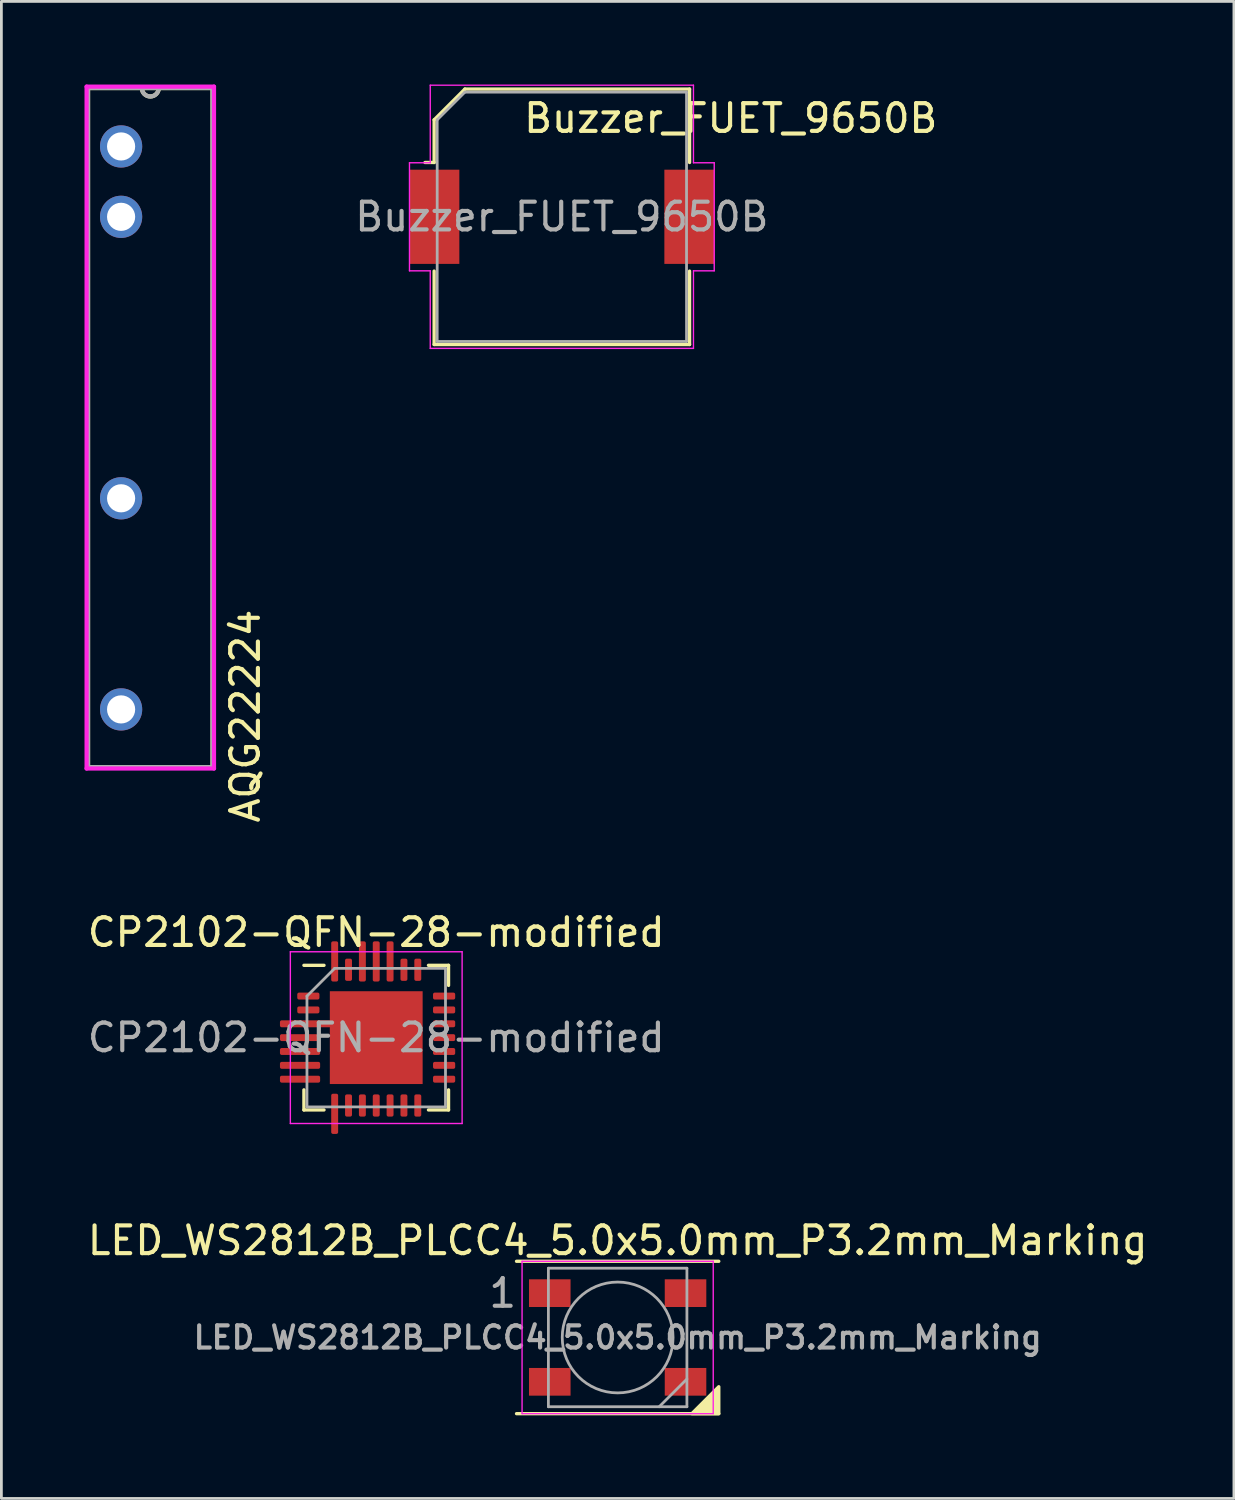
<source format=kicad_pcb>
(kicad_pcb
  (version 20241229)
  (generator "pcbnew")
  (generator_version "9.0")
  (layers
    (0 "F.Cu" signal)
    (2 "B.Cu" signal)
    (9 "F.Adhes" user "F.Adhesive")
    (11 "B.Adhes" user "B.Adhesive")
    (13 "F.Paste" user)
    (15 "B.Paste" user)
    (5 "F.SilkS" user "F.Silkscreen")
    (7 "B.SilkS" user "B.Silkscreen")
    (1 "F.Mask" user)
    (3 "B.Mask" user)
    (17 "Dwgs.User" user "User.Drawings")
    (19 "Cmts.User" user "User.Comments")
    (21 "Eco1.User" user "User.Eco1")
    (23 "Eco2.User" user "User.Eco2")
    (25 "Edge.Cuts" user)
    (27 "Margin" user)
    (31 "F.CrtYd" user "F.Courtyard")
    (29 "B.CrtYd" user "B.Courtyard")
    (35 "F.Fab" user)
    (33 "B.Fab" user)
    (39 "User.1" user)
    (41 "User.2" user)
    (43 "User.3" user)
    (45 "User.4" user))
  (footprint "Buzzer_FUET_9650B"
    (layer "F.Cu")
    (at 17.23 4.775)
    (property "Reference" "Buzzer_FUET_9650B" (at 6.096 -3.556 180) (layer "F.SilkS") (effects (font (size 1 1) (thickness 0.15))))
    (attr smd)
    (fp_line (start -4.61 -1.96) (end -4.94 -1.96) (stroke (width 0.12) (type solid)) (layer "F.SilkS"))
    (fp_line (start -4.61 -1.96) (end -4.61 -3.5) (stroke (width 0.12) (type solid)) (layer "F.SilkS"))
    (fp_line (start -4.61 4.61) (end -4.61 1.96) (stroke (width 0.12) (type solid)) (layer "F.SilkS"))
    (fp_line (start -3.5 -4.61) (end -4.61 -3.5) (stroke (width 0.12) (type solid)) (layer "F.SilkS"))
    (fp_line (start -3.5 -4.61) (end 4.61 -4.61) (stroke (width 0.12) (type solid)) (layer "F.SilkS"))
    (fp_line (start 4.61 -4.61) (end 4.61 -1.96) (stroke (width 0.12) (type solid)) (layer "F.SilkS"))
    (fp_line (start 4.61 1.96) (end 4.61 4.61) (stroke (width 0.12) (type solid)) (layer "F.SilkS"))
    (fp_line (start 4.61 4.61) (end -4.61 4.61) (stroke (width 0.12) (type solid)) (layer "F.SilkS"))
    (fp_line (start -5.5 1.95) (end -5.5 -1.95) (stroke (width 0.05) (type solid)) (layer "F.CrtYd"))
    (fp_line (start -4.75 -4.75) (end 4.75 -4.75) (stroke (width 0.05) (type solid)) (layer "F.CrtYd"))
    (fp_line (start -4.75 -1.95) (end -5.5 -1.95) (stroke (width 0.05) (type solid)) (layer "F.CrtYd"))
    (fp_line (start -4.75 -1.95) (end -4.75 -4.75) (stroke (width 0.05) (type solid)) (layer "F.CrtYd"))
    (fp_line (start -4.75 1.95) (end -5.5 1.95) (stroke (width 0.05) (type solid)) (layer "F.CrtYd"))
    (fp_line (start -4.75 4.75) (end -4.75 1.95) (stroke (width 0.05) (type solid)) (layer "F.CrtYd"))
    (fp_line (start 4.75 -1.95) (end 4.75 -4.75) (stroke (width 0.05) (type solid)) (layer "F.CrtYd"))
    (fp_line (start 4.75 -1.95) (end 5.5 -1.95) (stroke (width 0.05) (type solid)) (layer "F.CrtYd"))
    (fp_line (start 4.75 1.95) (end 5.5 1.95) (stroke (width 0.05) (type solid)) (layer "F.CrtYd"))
    (fp_line (start 4.75 4.75) (end -4.75 4.75) (stroke (width 0.05) (type solid)) (layer "F.CrtYd"))
    (fp_line (start 4.75 4.75) (end 4.75 1.95) (stroke (width 0.05) (type solid)) (layer "F.CrtYd"))
    (fp_line (start 5.5 1.95) (end 5.5 -1.95) (stroke (width 0.05) (type solid)) (layer "F.CrtYd"))
    (fp_line (start -4.5 -3.5) (end -3.5 -4.5) (stroke (width 0.1) (type solid)) (layer "F.Fab"))
    (fp_line (start -4.5 4.5) (end -4.5 -3.5) (stroke (width 0.1) (type solid)) (layer "F.Fab"))
    (fp_line (start -3.5 -4.5) (end 4.5 -4.5) (stroke (width 0.1) (type solid)) (layer "F.Fab"))
    (fp_line (start 4.5 -4.5) (end 4.5 4.5) (stroke (width 0.1) (type solid)) (layer "F.Fab"))
    (fp_line (start 4.5 4.5) (end -4.5 4.5) (stroke (width 0.1) (type solid)) (layer "F.Fab"))
    (fp_text user "${REFERENCE}" (at 0 0 180) (layer "F.Fab") (effects (font (size 1 1) (thickness 0.15))))
    (pad "1" smd rect (at -4.6 0) (size 1.8 3.4) (layers "F.Cu" "F.Mask" "F.Paste"))
    (pad "2" smd rect (at 4.6 0) (size 1.8 3.4) (layers "F.Cu" "F.Mask" "F.Paste")))
  (footprint "CP2102-QFN-28-modified"
    (layer "F.Cu")
    (at 10.53 34.403)
    (property "Reference" "CP2102-QFN-28-modified" (at 0 -3.8 180) (layer "F.SilkS") (effects (font (size 1 1) (thickness 0.15))))
    (attr smd)
    (fp_line (start -2.61 2.61) (end -2.61 1.885) (stroke (width 0.12) (type solid)) (layer "F.SilkS"))
    (fp_line (start -1.885 -2.61) (end -2.61 -2.61) (stroke (width 0.12) (type solid)) (layer "F.SilkS"))
    (fp_line (start -1.885 2.61) (end -2.61 2.61) (stroke (width 0.12) (type solid)) (layer "F.SilkS"))
    (fp_line (start 1.885 -2.61) (end 2.61 -2.61) (stroke (width 0.12) (type solid)) (layer "F.SilkS"))
    (fp_line (start 1.885 2.61) (end 2.61 2.61) (stroke (width 0.12) (type solid)) (layer "F.SilkS"))
    (fp_line (start 2.61 -2.61) (end 2.61 -1.885) (stroke (width 0.12) (type solid)) (layer "F.SilkS"))
    (fp_line (start 2.61 2.61) (end 2.61 1.885) (stroke (width 0.12) (type solid)) (layer "F.SilkS"))
    (fp_line (start -3.1 -3.1) (end -3.1 3.1) (stroke (width 0.05) (type solid)) (layer "F.CrtYd"))
    (fp_line (start -3.1 3.1) (end 3.1 3.1) (stroke (width 0.05) (type solid)) (layer "F.CrtYd"))
    (fp_line (start 3.1 -3.1) (end -3.1 -3.1) (stroke (width 0.05) (type solid)) (layer "F.CrtYd"))
    (fp_line (start 3.1 3.1) (end 3.1 -3.1) (stroke (width 0.05) (type solid)) (layer "F.CrtYd"))
    (fp_line (start -2.5 -1.5) (end -1.5 -2.5) (stroke (width 0.1) (type solid)) (layer "F.Fab"))
    (fp_line (start -2.5 2.5) (end -2.5 -1.5) (stroke (width 0.1) (type solid)) (layer "F.Fab"))
    (fp_line (start -1.5 -2.5) (end 2.5 -2.5) (stroke (width 0.1) (type solid)) (layer "F.Fab"))
    (fp_line (start 2.5 -2.5) (end 2.5 2.5) (stroke (width 0.1) (type solid)) (layer "F.Fab"))
    (fp_line (start 2.5 2.5) (end -2.5 2.5) (stroke (width 0.1) (type solid)) (layer "F.Fab"))
    (fp_text user "${REFERENCE}" (at 0 0 180) (layer "F.Fab") (effects (font (size 1 1) (thickness 0.15))))
    (pad "" smd roundrect (at -1.12 -1.12) (size 0.9 0.9) (layers "F.Paste") (roundrect_rratio 0.25))
    (pad "" smd roundrect (at -1.12 0) (size 0.9 0.9) (layers "F.Paste") (roundrect_rratio 0.25))
    (pad "" smd roundrect (at -1.12 1.12) (size 0.9 0.9) (layers "F.Paste") (roundrect_rratio 0.25))
    (pad "" smd roundrect (at 0 -1.12) (size 0.9 0.9) (layers "F.Paste") (roundrect_rratio 0.25))
    (pad "" smd roundrect (at 0 0) (size 0.9 0.9) (layers "F.Paste") (roundrect_rratio 0.25))
    (pad "" smd roundrect (at 0 1.12) (size 0.9 0.9) (layers "F.Paste") (roundrect_rratio 0.25))
    (pad "" smd roundrect (at 1.12 -1.12) (size 0.9 0.9) (layers "F.Paste") (roundrect_rratio 0.25))
    (pad "" smd roundrect (at 1.12 0) (size 0.9 0.9) (layers "F.Paste") (roundrect_rratio 0.25))
    (pad "" smd roundrect (at 1.12 1.12) (size 0.9 0.9) (layers "F.Paste") (roundrect_rratio 0.25))
    (pad "1" smd roundrect (at -2.45 -1.5) (size 0.8 0.25) (layers "F.Cu" "F.Mask" "F.Paste") (roundrect_rratio 0.25))
    (pad "2" smd roundrect (at -2.45 -1) (size 0.8 0.25) (layers "F.Cu" "F.Mask" "F.Paste") (roundrect_rratio 0.25))
    (pad "3" smd roundrect (at -2.55 -0.5) (size 1.85 0.25) (layers "F.Cu" "F.Mask" "F.Paste") (roundrect_rratio 0.25))
    (pad "4" smd roundrect (at -2.75 0) (size 1.45 0.25) (layers "F.Cu" "F.Mask" "F.Paste") (roundrect_rratio 0.25))
    (pad "5" smd roundrect (at -2.75 0.5) (size 1.45 0.25) (layers "F.Cu" "F.Mask" "F.Paste") (roundrect_rratio 0.25))
    (pad "6" smd roundrect (at -2.75 1) (size 1.45 0.25) (layers "F.Cu" "F.Mask" "F.Paste") (roundrect_rratio 0.25))
    (pad "7" smd roundrect (at -2.75 1.5) (size 1.45 0.25) (layers "F.Cu" "F.Mask" "F.Paste") (roundrect_rratio 0.25))
    (pad "8" smd roundrect (at -1.5 2.75) (size 0.25 1.45) (layers "F.Cu" "F.Mask" "F.Paste") (roundrect_rratio 0.25))
    (pad "9" smd roundrect (at -1 2.45) (size 0.25 0.8) (layers "F.Cu" "F.Mask" "F.Paste") (roundrect_rratio 0.25))
    (pad "10" smd roundrect (at -0.5 2.45) (size 0.25 0.8) (layers "F.Cu" "F.Mask" "F.Paste") (roundrect_rratio 0.25))
    (pad "11" smd roundrect (at 0 2.45) (size 0.25 0.8) (layers "F.Cu" "F.Mask" "F.Paste") (roundrect_rratio 0.25))
    (pad "12" smd roundrect (at 0.5 2.45) (size 0.25 0.8) (layers "F.Cu" "F.Mask" "F.Paste") (roundrect_rratio 0.25))
    (pad "13" smd roundrect (at 1 2.45) (size 0.25 0.8) (layers "F.Cu" "F.Mask" "F.Paste") (roundrect_rratio 0.25))
    (pad "14" smd roundrect (at 1.5 2.45) (size 0.25 0.8) (layers "F.Cu" "F.Mask" "F.Paste") (roundrect_rratio 0.25))
    (pad "15" smd roundrect (at 2.45 1.5) (size 0.8 0.25) (layers "F.Cu" "F.Mask" "F.Paste") (roundrect_rratio 0.25))
    (pad "16" smd roundrect (at 2.45 1) (size 0.8 0.25) (layers "F.Cu" "F.Mask" "F.Paste") (roundrect_rratio 0.25))
    (pad "17" smd roundrect (at 2.45 0.5) (size 0.8 0.25) (layers "F.Cu" "F.Mask" "F.Paste") (roundrect_rratio 0.25))
    (pad "18" smd roundrect (at 2.45 0) (size 0.8 0.25) (layers "F.Cu" "F.Mask" "F.Paste") (roundrect_rratio 0.25))
    (pad "19" smd roundrect (at 2.45 -0.5) (size 0.8 0.25) (layers "F.Cu" "F.Mask" "F.Paste") (roundrect_rratio 0.25))
    (pad "20" smd roundrect (at 2.45 -1) (size 0.8 0.25) (layers "F.Cu" "F.Mask" "F.Paste") (roundrect_rratio 0.25))
    (pad "21" smd roundrect (at 2.45 -1.5) (size 0.8 0.25) (layers "F.Cu" "F.Mask" "F.Paste") (roundrect_rratio 0.25))
    (pad "22" smd roundrect (at 1.5 -2.45) (size 0.25 0.8) (layers "F.Cu" "F.Mask" "F.Paste") (roundrect_rratio 0.25))
    (pad "23" smd roundrect (at 1 -2.45) (size 0.25 0.8) (layers "F.Cu" "F.Mask" "F.Paste") (roundrect_rratio 0.25))
    (pad "24" smd roundrect (at 0.5 -2.75) (size 0.25 1.45) (layers "F.Cu" "F.Mask" "F.Paste") (roundrect_rratio 0.25))
    (pad "25" smd roundrect (at 0 -2.75) (size 0.25 1.45) (layers "F.Cu" "F.Mask" "F.Paste") (roundrect_rratio 0.25))
    (pad "26" smd roundrect (at -0.5 -2.75) (size 0.25 1.45) (layers "F.Cu" "F.Mask" "F.Paste") (roundrect_rratio 0.25))
    (pad "27" smd roundrect (at -1 -2.45) (size 0.25 0.8) (layers "F.Cu" "F.Mask" "F.Paste") (roundrect_rratio 0.25))
    (pad "28" smd roundrect (at -1.5 -2.75) (size 0.25 1.45) (layers "F.Cu" "F.Mask" "F.Paste") (roundrect_rratio 0.25))
    (pad "29" smd rect (at 0 0) (size 3.35 3.35) (layers "F.Cu" "F.Mask")))
  (footprint "LED_WS2812B_PLCC4_5.0x5.0mm_P3.2mm_Marking"
    (layer "F.Cu")
    (at 19.244 45.226)
    (property "Reference" "LED_WS2812B_PLCC4_5.0x5.0mm_P3.2mm_Marking" (at 0 -3.5 0) (layer "F.SilkS") (effects (font (size 1 1) (thickness 0.15))))
    (attr smd)
    (fp_line (start -3.65 -2.75) (end 3.65 -2.75) (stroke (width 0.12) (type solid)) (layer "F.SilkS"))
    (fp_line (start -3.65 2.75) (end 3.65 2.75) (stroke (width 0.12) (type solid)) (layer "F.SilkS"))
    (fp_poly (pts (xy 3.65 2.75) (xy 2.678 2.75) (xy 3.65 1.778)) (stroke (width 0.12) (type solid)) (fill yes) (layer "F.SilkS"))
    (fp_line (start -3.45 -2.75) (end -3.45 2.75) (stroke (width 0.05) (type solid)) (layer "F.CrtYd"))
    (fp_line (start -3.45 2.75) (end 3.45 2.75) (stroke (width 0.05) (type solid)) (layer "F.CrtYd"))
    (fp_line (start 3.45 -2.75) (end -3.45 -2.75) (stroke (width 0.05) (type solid)) (layer "F.CrtYd"))
    (fp_line (start 3.45 2.75) (end 3.45 -2.75) (stroke (width 0.05) (type solid)) (layer "F.CrtYd"))
    (fp_line (start -2.5 -2.5) (end -2.5 2.5) (stroke (width 0.1) (type solid)) (layer "F.Fab"))
    (fp_line (start -2.5 2.5) (end 2.5 2.5) (stroke (width 0.1) (type solid)) (layer "F.Fab"))
    (fp_line (start 2.5 -2.5) (end -2.5 -2.5) (stroke (width 0.1) (type solid)) (layer "F.Fab"))
    (fp_line (start 2.5 1.5) (end 1.5 2.5) (stroke (width 0.1) (type solid)) (layer "F.Fab"))
    (fp_line (start 2.5 2.5) (end 2.5 -2.5) (stroke (width 0.1) (type solid)) (layer "F.Fab"))
    (fp_circle (center 0 0) (end 0 -2) (stroke (width 0.1) (type solid)) (fill no) (layer "F.Fab"))
    (fp_text user "${REFERENCE}" (at 0 0 0) (layer "F.Fab") (effects (font (size 0.8 0.8) (thickness 0.15))))
    (fp_text user "1" (at -4.15 -1.6 0) (layer "F.Fab") (effects (font (size 1 1) (thickness 0.15))))
    (pad "1" smd rect (at -2.45 -1.6) (size 1.5 1) (layers "F.Cu" "F.Mask" "F.Paste"))
    (pad "2" smd rect (at -2.45 1.6) (size 1.5 1) (layers "F.Cu" "F.Mask" "F.Paste"))
    (pad "3" smd rect (at 2.45 1.6) (size 1.5 1) (layers "F.Cu" "F.Mask" "F.Paste"))
    (pad "4" smd rect (at 2.45 -1.6) (size 1.5 1) (layers "F.Cu" "F.Mask" "F.Paste")))
  (footprint "AQG22224"
    (layer "F.Cu")
    (at 2.375 12.383)
    (property "Reference" "AQG22224" (at 3.429 10.414 90) (layer "F.SilkS") (effects (font (size 1 1) (thickness 0.15))))
    (attr through_hole)
    (fp_line (start -2.248 -12.255) (end -2.248 12.255) (stroke (width 0.152) (type solid)) (layer "F.SilkS"))
    (fp_line (start 2.248 -12.255) (end -2.248 -12.255) (stroke (width 0.152) (type solid)) (layer "F.SilkS"))
    (fp_line (start 2.248 12.255) (end 2.248 -12.255) (stroke (width 0.152) (type solid)) (layer "F.SilkS"))
    (fp_arc (start 0.3048 -12.2555) (mid 0 -11.9507) (end -0.3048 -12.2555) (stroke (width 0.1524) (type solid)) (layer "F.SilkS"))
    (fp_line (start -2.299 -12.306) (end 2.299 -12.306) (stroke (width 0.152) (type solid)) (layer "F.CrtYd"))
    (fp_line (start -2.299 12.306) (end -2.299 -12.306) (stroke (width 0.152) (type solid)) (layer "F.CrtYd"))
    (fp_line (start 2.299 -12.306) (end 2.299 12.306) (stroke (width 0.152) (type solid)) (layer "F.CrtYd"))
    (fp_line (start 2.299 12.306) (end -2.299 12.306) (stroke (width 0.152) (type solid)) (layer "F.CrtYd"))
    (fp_line (start -2.248 -12.255) (end -2.248 12.255) (stroke (width 0.152) (type solid)) (layer "F.Fab"))
    (fp_line (start -2.248 12.255) (end 2.248 12.255) (stroke (width 0.152) (type solid)) (layer "F.Fab"))
    (fp_line (start 2.248 -12.255) (end -2.248 -12.255) (stroke (width 0.152) (type solid)) (layer "F.Fab"))
    (fp_line (start 2.248 12.255) (end 2.248 -12.255) (stroke (width 0.152) (type solid)) (layer "F.Fab"))
    (fp_arc (start 0.3048 -12.2555) (mid 0 -11.9507) (end -0.3048 -12.2555) (stroke (width 0.1524) (type solid)) (layer "F.Fab"))
    (pad "+" thru_hole circle (at -1.054 -7.607) (size 1.524 1.524) (drill 1.016) (layers "*.Cu" "*.Mask"))
    (pad "-" thru_hole circle (at -1.054 -10.147) (size 1.524 1.524) (drill 1.016) (layers "*.Cu" "*.Mask"))
    (pad "O1" thru_hole circle (at -1.054 2.553) (size 1.524 1.524) (drill 1.016) (layers "*.Cu" "*.Mask"))
    (pad "O2" thru_hole circle (at -1.054 10.173) (size 1.524 1.524) (drill 1.016) (layers "*.Cu" "*.Mask")))
  (gr_rect
    (start -3 -3)
    (end 41.488 51.036)
    (stroke (width 0.1) (type default))
    (fill no)
    (layer "Edge.Cuts")))
</source>
